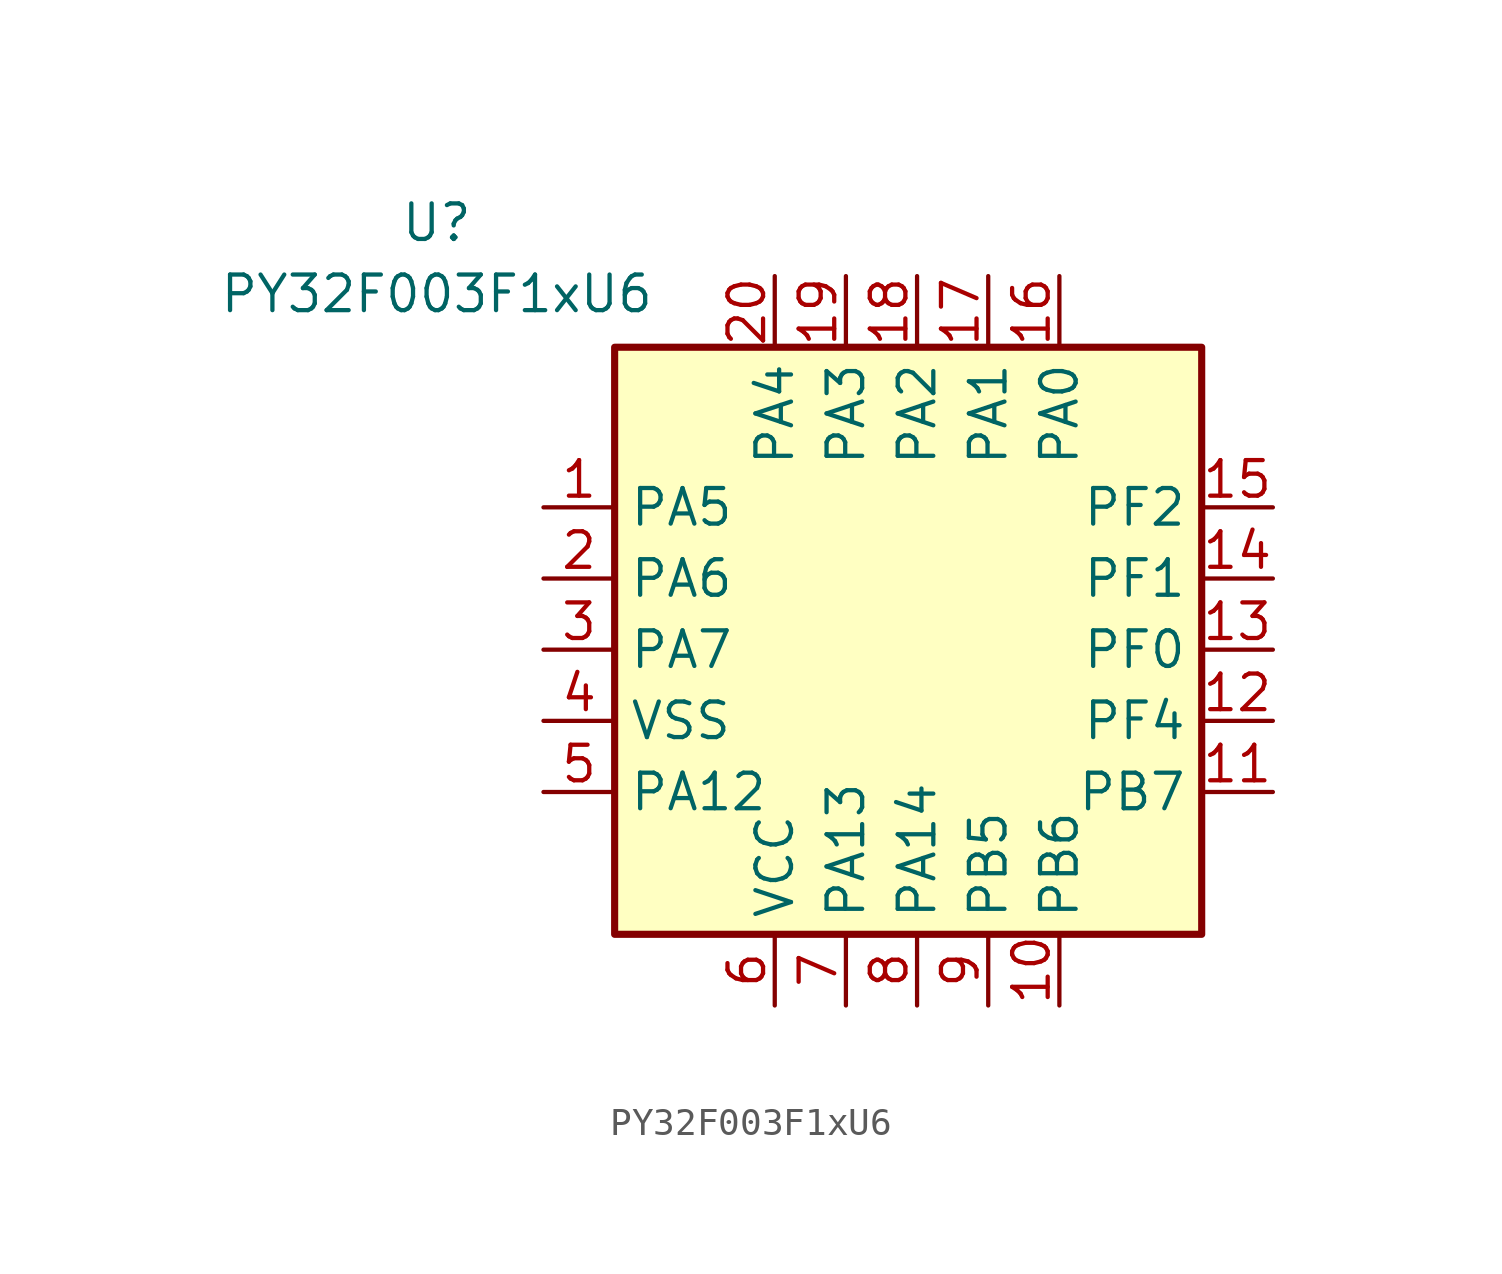
<source format=kicad_sym>
(kicad_symbol_lib
  (version 20220914)
  (generator kicad_symbol_editor)
  (symbol "PY32F003F1xU6"
    (property "Reference" "U"
      (at -17.145 15.24 0)
      (effects (font (size 1.27 1.27))))
    (property "Value" "PY32F003F1xU6"
      (at -17.145 12.7 0)
      (effects (font (size 1.27 1.27))))
    (symbol "PY32F003F1xU6_1_1"
      (rectangle (start -10.795 10.795) (end 10.16 -10.16) (stroke (width 0.254) (type default)) (fill (type background)))
      (pin bidirectional line (at -13.335 5.08 0) (length 2.54) (name "PA5" (effects (font (size 1.27 1.27)))) (number "1" (effects (font (size 1.27 1.27)))))
      (pin bidirectional line (at 5.08 -12.7 90) (length 2.54) (name "PB6" (effects (font (size 1.27 1.27)))) (number "10" (effects (font (size 1.27 1.27)))))
      (pin bidirectional line (at 12.7 -5.08 180) (length 2.54) (name "PB7" (effects (font (size 1.27 1.27)))) (number "11" (effects (font (size 1.27 1.27)))))
      (pin bidirectional line (at 12.7 -2.54 180) (length 2.54) (name "PF4" (effects (font (size 1.27 1.27)))) (number "12" (effects (font (size 1.27 1.27)))))
      (pin bidirectional line (at 12.7 0 180) (length 2.54) (name "PF0" (effects (font (size 1.27 1.27)))) (number "13" (effects (font (size 1.27 1.27)))))
      (pin bidirectional line (at 12.7 2.54 180) (length 2.54) (name "PF1" (effects (font (size 1.27 1.27)))) (number "14" (effects (font (size 1.27 1.27)))))
      (pin bidirectional line (at 12.7 5.08 180) (length 2.54) (name "PF2" (effects (font (size 1.27 1.27)))) (number "15" (effects (font (size 1.27 1.27)))))
      (pin bidirectional line (at 5.08 13.335 270) (length 2.54) (name "PA0" (effects (font (size 1.27 1.27)))) (number "16" (effects (font (size 1.27 1.27)))))
      (pin bidirectional line (at 2.54 13.335 270) (length 2.54) (name "PA1" (effects (font (size 1.27 1.27)))) (number "17" (effects (font (size 1.27 1.27)))))
      (pin bidirectional line (at 0 13.335 270) (length 2.54) (name "PA2" (effects (font (size 1.27 1.27)))) (number "18" (effects (font (size 1.27 1.27)))))
      (pin bidirectional line (at -2.54 13.335 270) (length 2.54) (name "PA3" (effects (font (size 1.27 1.27)))) (number "19" (effects (font (size 1.27 1.27)))))
      (pin bidirectional line (at -13.335 2.54 0) (length 2.54) (name "PA6" (effects (font (size 1.27 1.27)))) (number "2" (effects (font (size 1.27 1.27)))))
      (pin bidirectional line (at -5.08 13.335 270) (length 2.54) (name "PA4" (effects (font (size 1.27 1.27)))) (number "20" (effects (font (size 1.27 1.27)))))
      (pin input line (at -13.335 -2.54 0) (length 2.54) hide (name "PAD" (effects (font (size 1.27 1.27)))) (number "21" (effects (font (size 1.27 1.27)))))
      (pin bidirectional line (at -13.335 0 0) (length 2.54) (name "PA7" (effects (font (size 1.27 1.27)))) (number "3" (effects (font (size 1.27 1.27)))))
      (pin power_in line (at -13.335 -2.54 0) (length 2.54) (name "VSS" (effects (font (size 1.27 1.27)))) (number "4" (effects (font (size 1.27 1.27)))))
      (pin bidirectional line (at -13.335 -5.08 0) (length 2.54) (name "PA12" (effects (font (size 1.27 1.27)))) (number "5" (effects (font (size 1.27 1.27)))))
      (pin power_in line (at -5.08 -12.7 90) (length 2.54) (name "VCC" (effects (font (size 1.27 1.27)))) (number "6" (effects (font (size 1.27 1.27)))))
      (pin bidirectional line (at -2.54 -12.7 90) (length 2.54) (name "PA13" (effects (font (size 1.27 1.27)))) (number "7" (effects (font (size 1.27 1.27)))))
      (pin bidirectional line (at 0 -12.7 90) (length 2.54) (name "PA14" (effects (font (size 1.27 1.27)))) (number "8" (effects (font (size 1.27 1.27)))))
      (pin bidirectional line (at 2.54 -12.7 90) (length 2.54) (name "PB5" (effects (font (size 1.27 1.27)))) (number "9" (effects (font (size 1.27 1.27))))))))
</source>
